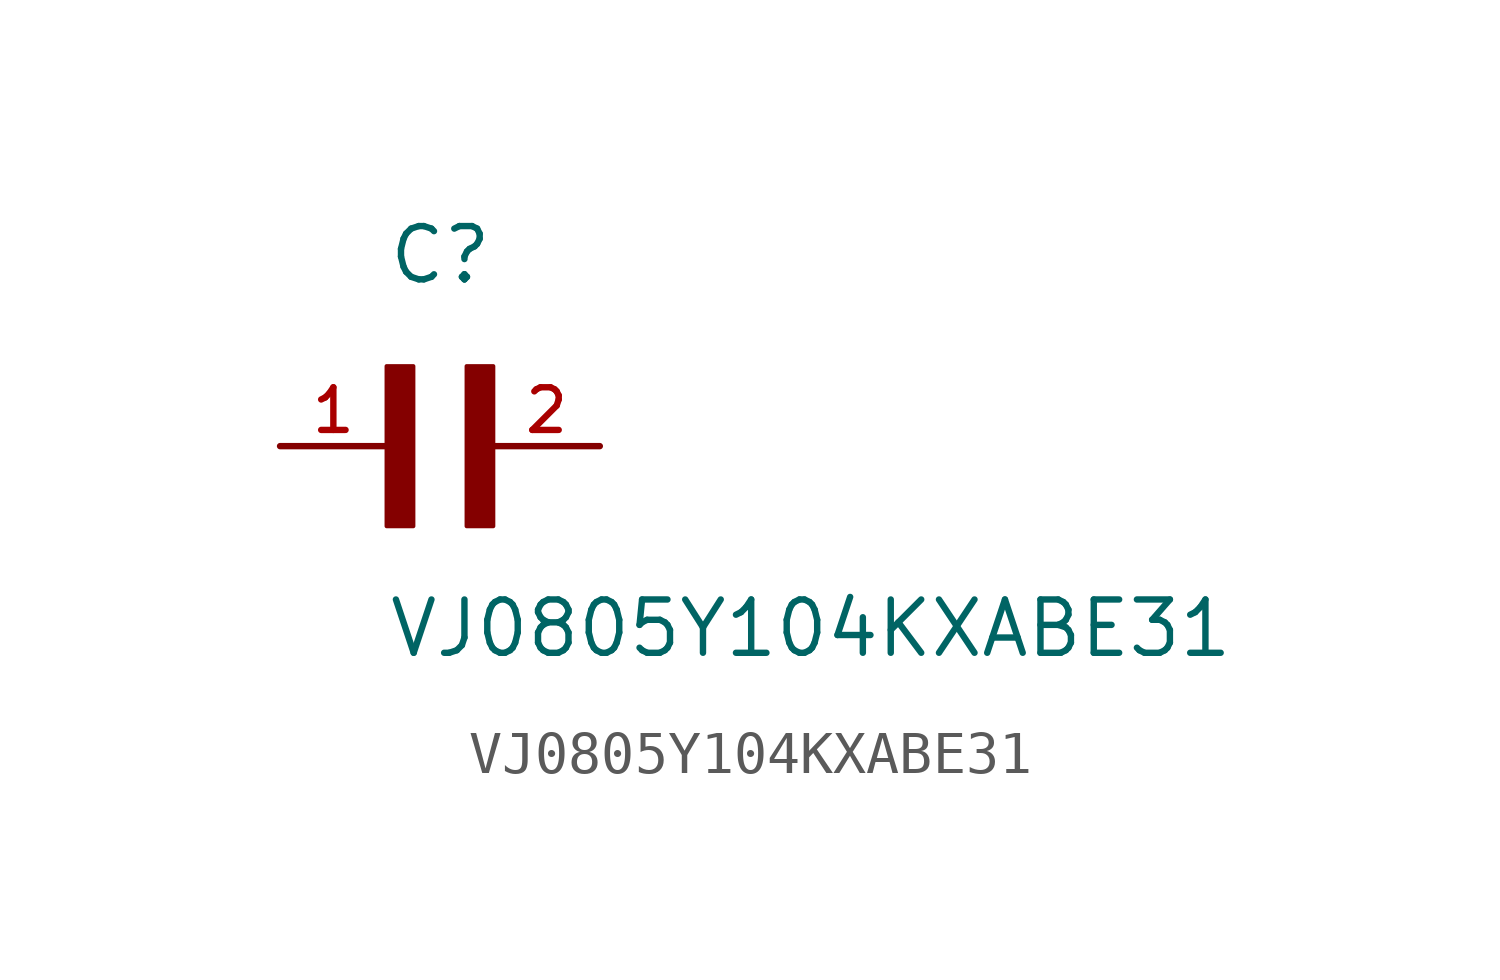
<source format=kicad_sym>
(kicad_symbol_lib
  (version 20211014)
  (generator kicad_symbol_editor)
  (symbol "VJ0805Y104KXABE31"
    (pin_names
      (offset 1.016))
    (property "Reference" "C"
      (at 0.0 3.811 0)
      (effects (font (size 1.27 1.27)) (justify bottom left)))
    (property "Value" "VJ0805Y104KXABE31"
      (at 0.0 -5.088 0)
      (effects (font (size 1.27 1.27)) (justify bottom left)))
    (symbol "VJ0805Y104KXABE31_0_0"
      (rectangle (start 0.0 -1.907) (end 0.635 1.905) (stroke (width 0.1)) (fill (type outline)))
      (rectangle (start 1.907 -1.907) (end 2.54 1.905) (stroke (width 0.1)) (fill (type outline)))
      (pin passive line (at 5.08 0.0 180.0) (length 2.54) (name "~" (effects (font (size 1.016 1.016)))) (number "2" (effects (font (size 1.016 1.016)))))
      (pin passive line (at -2.54 0.0 0) (length 2.54) (name "~" (effects (font (size 1.016 1.016)))) (number "1" (effects (font (size 1.016 1.016))))))))
</source>
